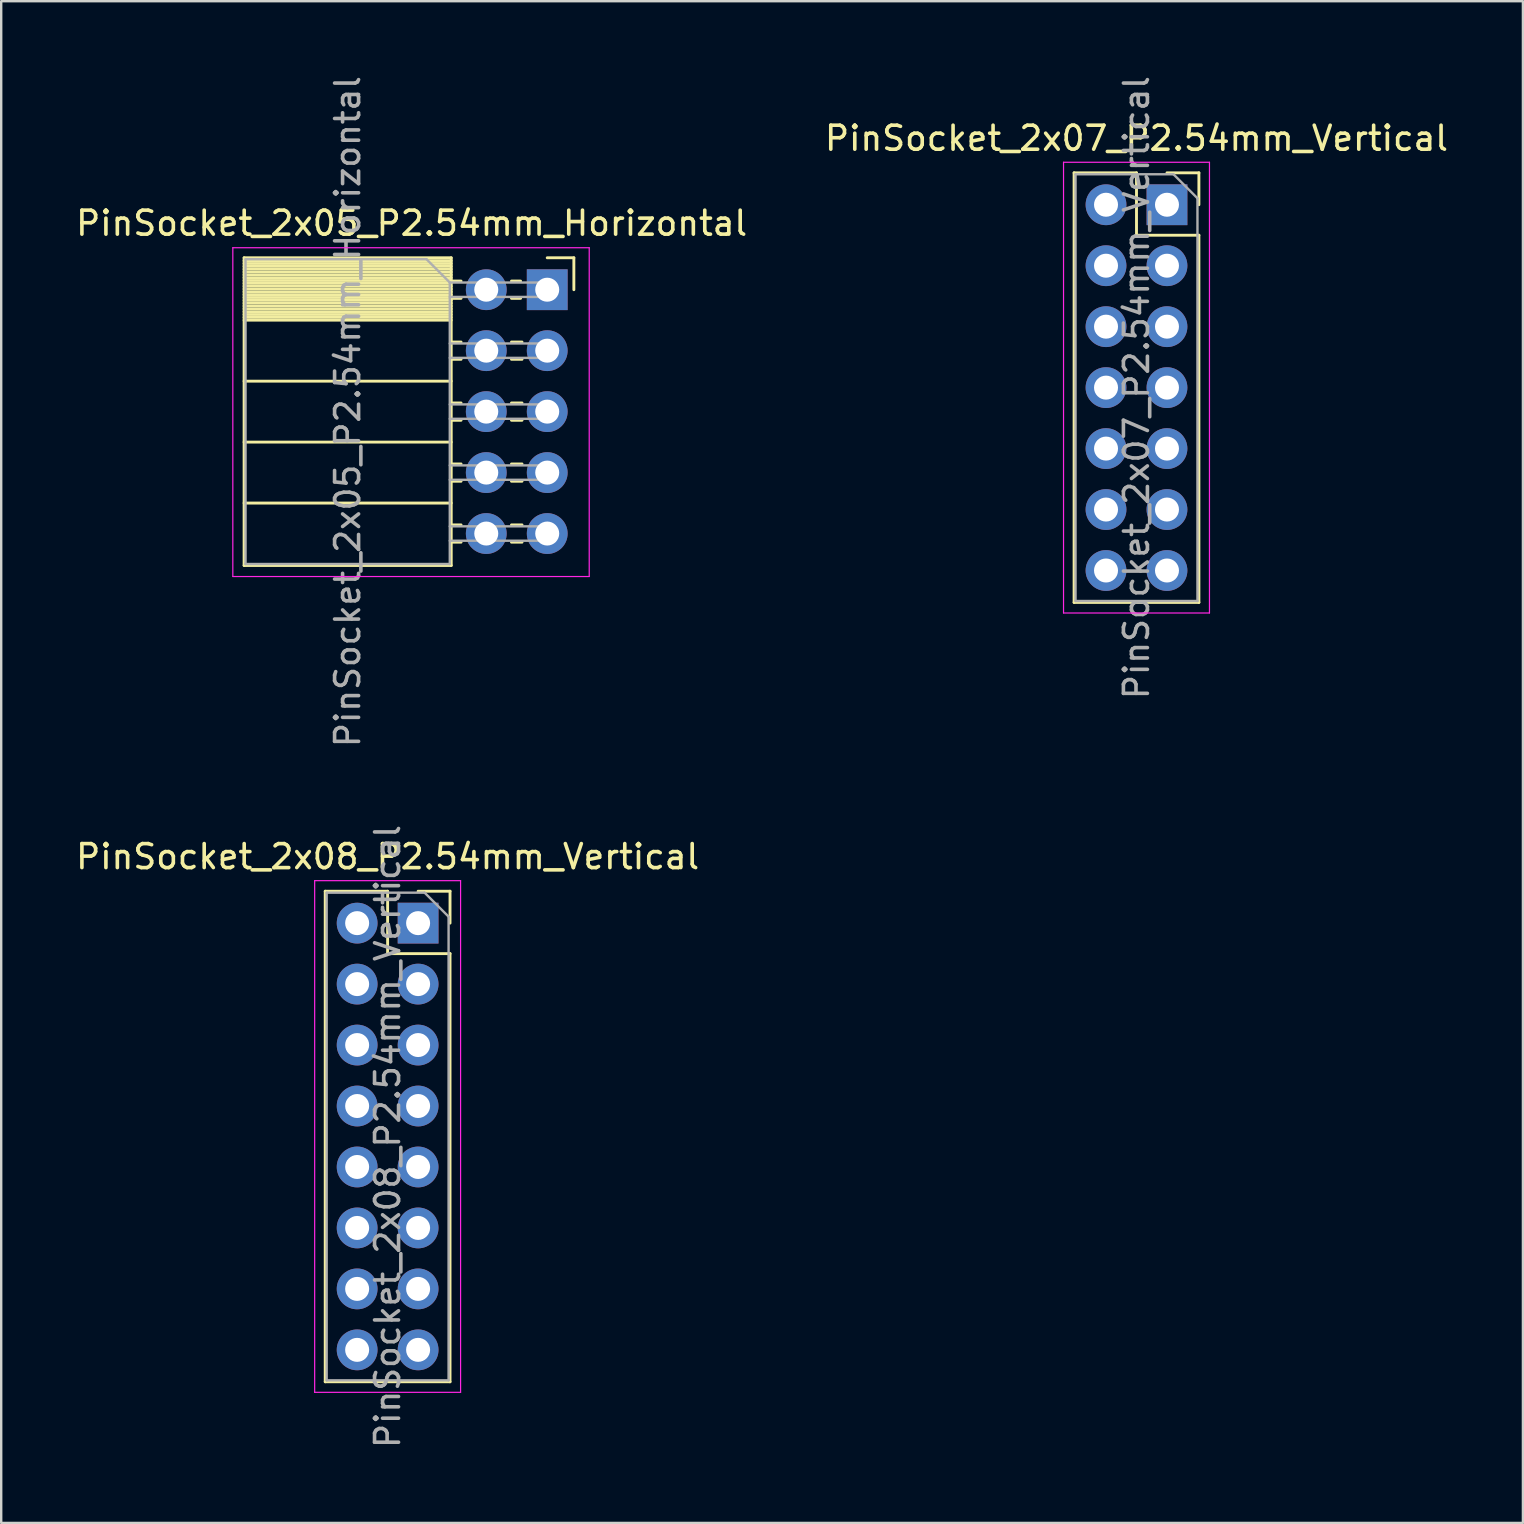
<source format=kicad_pcb>
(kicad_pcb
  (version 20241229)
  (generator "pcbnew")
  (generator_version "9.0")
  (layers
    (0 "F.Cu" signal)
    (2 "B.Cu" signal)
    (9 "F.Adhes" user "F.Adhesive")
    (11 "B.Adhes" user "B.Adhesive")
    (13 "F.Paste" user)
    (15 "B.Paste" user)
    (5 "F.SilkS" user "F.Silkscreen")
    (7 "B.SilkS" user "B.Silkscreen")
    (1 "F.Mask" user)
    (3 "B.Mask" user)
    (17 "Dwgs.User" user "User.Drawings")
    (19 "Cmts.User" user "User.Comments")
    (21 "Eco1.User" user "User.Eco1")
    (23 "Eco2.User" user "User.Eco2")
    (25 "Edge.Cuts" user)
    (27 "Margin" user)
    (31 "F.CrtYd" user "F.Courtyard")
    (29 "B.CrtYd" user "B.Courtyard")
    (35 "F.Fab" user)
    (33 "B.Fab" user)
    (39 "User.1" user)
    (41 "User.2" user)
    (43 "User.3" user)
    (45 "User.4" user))
  (footprint "PinSocket_2x08_P2.54mm_Vertical"
    (layer "F.Cu")
    (at 14.371 35.414)
    (property "Reference" "PinSocket_2x08_P2.54mm_Vertical" (at -1.27 -2.77 0) (layer "F.SilkS") (effects (font (size 1 1) (thickness 0.15))))
    (attr through_hole)
    (fp_line (start -3.87 -1.33) (end -3.87 19.11) (stroke (width 0.12) (type solid)) (layer "F.SilkS"))
    (fp_line (start -3.87 -1.33) (end -1.27 -1.33) (stroke (width 0.12) (type solid)) (layer "F.SilkS"))
    (fp_line (start -3.87 19.11) (end 1.33 19.11) (stroke (width 0.12) (type solid)) (layer "F.SilkS"))
    (fp_line (start -1.27 -1.33) (end -1.27 1.27) (stroke (width 0.12) (type solid)) (layer "F.SilkS"))
    (fp_line (start -1.27 1.27) (end 1.33 1.27) (stroke (width 0.12) (type solid)) (layer "F.SilkS"))
    (fp_line (start 0 -1.33) (end 1.33 -1.33) (stroke (width 0.12) (type solid)) (layer "F.SilkS"))
    (fp_line (start 1.33 -1.33) (end 1.33 0) (stroke (width 0.12) (type solid)) (layer "F.SilkS"))
    (fp_line (start 1.33 1.27) (end 1.33 19.11) (stroke (width 0.12) (type solid)) (layer "F.SilkS"))
    (fp_line (start -4.31 -1.77) (end 1.77 -1.77) (stroke (width 0.05) (type solid)) (layer "F.CrtYd"))
    (fp_line (start -4.31 19.55) (end -4.31 -1.77) (stroke (width 0.05) (type solid)) (layer "F.CrtYd"))
    (fp_line (start 1.77 -1.77) (end 1.77 19.55) (stroke (width 0.05) (type solid)) (layer "F.CrtYd"))
    (fp_line (start 1.77 19.55) (end -4.31 19.55) (stroke (width 0.05) (type solid)) (layer "F.CrtYd"))
    (fp_line (start -3.81 -1.27) (end 0.27 -1.27) (stroke (width 0.1) (type solid)) (layer "F.Fab"))
    (fp_line (start -3.81 19.05) (end -3.81 -1.27) (stroke (width 0.1) (type solid)) (layer "F.Fab"))
    (fp_line (start 0.27 -1.27) (end 1.27 -0.27) (stroke (width 0.1) (type solid)) (layer "F.Fab"))
    (fp_line (start 1.27 -0.27) (end 1.27 19.05) (stroke (width 0.1) (type solid)) (layer "F.Fab"))
    (fp_line (start 1.27 19.05) (end -3.81 19.05) (stroke (width 0.1) (type solid)) (layer "F.Fab"))
    (fp_text user "${REFERENCE}" (at -1.27 8.89 90) (layer "F.Fab") (effects (font (size 1 1) (thickness 0.15))))
    (pad "1" thru_hole rect (at 0 0) (size 1.7 1.7) (drill 1) (layers "*.Cu" "*.Mask"))
    (pad "2" thru_hole circle (at -2.54 0) (size 1.7 1.7) (drill 1) (layers "*.Cu" "*.Mask"))
    (pad "3" thru_hole circle (at 0 2.54) (size 1.7 1.7) (drill 1) (layers "*.Cu" "*.Mask"))
    (pad "4" thru_hole circle (at -2.54 2.54) (size 1.7 1.7) (drill 1) (layers "*.Cu" "*.Mask"))
    (pad "5" thru_hole circle (at 0 5.08) (size 1.7 1.7) (drill 1) (layers "*.Cu" "*.Mask"))
    (pad "6" thru_hole circle (at -2.54 5.08) (size 1.7 1.7) (drill 1) (layers "*.Cu" "*.Mask"))
    (pad "7" thru_hole circle (at 0 7.62) (size 1.7 1.7) (drill 1) (layers "*.Cu" "*.Mask"))
    (pad "8" thru_hole circle (at -2.54 7.62) (size 1.7 1.7) (drill 1) (layers "*.Cu" "*.Mask"))
    (pad "9" thru_hole circle (at 0 10.16) (size 1.7 1.7) (drill 1) (layers "*.Cu" "*.Mask"))
    (pad "10" thru_hole circle (at -2.54 10.16) (size 1.7 1.7) (drill 1) (layers "*.Cu" "*.Mask"))
    (pad "11" thru_hole circle (at 0 12.7) (size 1.7 1.7) (drill 1) (layers "*.Cu" "*.Mask"))
    (pad "12" thru_hole circle (at -2.54 12.7) (size 1.7 1.7) (drill 1) (layers "*.Cu" "*.Mask"))
    (pad "13" thru_hole circle (at 0 15.24) (size 1.7 1.7) (drill 1) (layers "*.Cu" "*.Mask"))
    (pad "14" thru_hole circle (at -2.54 15.24) (size 1.7 1.7) (drill 1) (layers "*.Cu" "*.Mask"))
    (pad "15" thru_hole circle (at 0 17.78) (size 1.7 1.7) (drill 1) (layers "*.Cu" "*.Mask"))
    (pad "16" thru_hole circle (at -2.54 17.78) (size 1.7 1.7) (drill 1) (layers "*.Cu" "*.Mask")))
  (footprint "PinSocket_2x07_P2.54mm_Vertical"
    (layer "F.Cu")
    (at 45.574 5.481)
    (property "Reference" "PinSocket_2x07_P2.54mm_Vertical" (at -1.27 -2.77 0) (layer "F.SilkS") (effects (font (size 1 1) (thickness 0.15))))
    (attr through_hole)
    (fp_line (start -3.87 -1.33) (end -3.87 16.57) (stroke (width 0.12) (type solid)) (layer "F.SilkS"))
    (fp_line (start -3.87 -1.33) (end -1.27 -1.33) (stroke (width 0.12) (type solid)) (layer "F.SilkS"))
    (fp_line (start -3.87 16.57) (end 1.33 16.57) (stroke (width 0.12) (type solid)) (layer "F.SilkS"))
    (fp_line (start -1.27 -1.33) (end -1.27 1.27) (stroke (width 0.12) (type solid)) (layer "F.SilkS"))
    (fp_line (start -1.27 1.27) (end 1.33 1.27) (stroke (width 0.12) (type solid)) (layer "F.SilkS"))
    (fp_line (start 0 -1.33) (end 1.33 -1.33) (stroke (width 0.12) (type solid)) (layer "F.SilkS"))
    (fp_line (start 1.33 -1.33) (end 1.33 0) (stroke (width 0.12) (type solid)) (layer "F.SilkS"))
    (fp_line (start 1.33 1.27) (end 1.33 16.57) (stroke (width 0.12) (type solid)) (layer "F.SilkS"))
    (fp_line (start -4.31 -1.77) (end 1.77 -1.77) (stroke (width 0.05) (type solid)) (layer "F.CrtYd"))
    (fp_line (start -4.31 17.01) (end -4.31 -1.77) (stroke (width 0.05) (type solid)) (layer "F.CrtYd"))
    (fp_line (start 1.77 -1.77) (end 1.77 17.01) (stroke (width 0.05) (type solid)) (layer "F.CrtYd"))
    (fp_line (start 1.77 17.01) (end -4.31 17.01) (stroke (width 0.05) (type solid)) (layer "F.CrtYd"))
    (fp_line (start -3.81 -1.27) (end 0.27 -1.27) (stroke (width 0.1) (type solid)) (layer "F.Fab"))
    (fp_line (start -3.81 16.51) (end -3.81 -1.27) (stroke (width 0.1) (type solid)) (layer "F.Fab"))
    (fp_line (start 0.27 -1.27) (end 1.27 -0.27) (stroke (width 0.1) (type solid)) (layer "F.Fab"))
    (fp_line (start 1.27 -0.27) (end 1.27 16.51) (stroke (width 0.1) (type solid)) (layer "F.Fab"))
    (fp_line (start 1.27 16.51) (end -3.81 16.51) (stroke (width 0.1) (type solid)) (layer "F.Fab"))
    (fp_text user "${REFERENCE}" (at -1.27 7.62 90) (layer "F.Fab") (effects (font (size 1 1) (thickness 0.15))))
    (pad "1" thru_hole rect (at 0 0) (size 1.7 1.7) (drill 1) (layers "*.Cu" "*.Mask"))
    (pad "2" thru_hole circle (at -2.54 0) (size 1.7 1.7) (drill 1) (layers "*.Cu" "*.Mask"))
    (pad "3" thru_hole circle (at 0 2.54) (size 1.7 1.7) (drill 1) (layers "*.Cu" "*.Mask"))
    (pad "4" thru_hole circle (at -2.54 2.54) (size 1.7 1.7) (drill 1) (layers "*.Cu" "*.Mask"))
    (pad "5" thru_hole circle (at 0 5.08) (size 1.7 1.7) (drill 1) (layers "*.Cu" "*.Mask"))
    (pad "6" thru_hole circle (at -2.54 5.08) (size 1.7 1.7) (drill 1) (layers "*.Cu" "*.Mask"))
    (pad "7" thru_hole circle (at 0 7.62) (size 1.7 1.7) (drill 1) (layers "*.Cu" "*.Mask"))
    (pad "8" thru_hole circle (at -2.54 7.62) (size 1.7 1.7) (drill 1) (layers "*.Cu" "*.Mask"))
    (pad "9" thru_hole circle (at 0 10.16) (size 1.7 1.7) (drill 1) (layers "*.Cu" "*.Mask"))
    (pad "10" thru_hole circle (at -2.54 10.16) (size 1.7 1.7) (drill 1) (layers "*.Cu" "*.Mask"))
    (pad "11" thru_hole circle (at 0 12.7) (size 1.7 1.7) (drill 1) (layers "*.Cu" "*.Mask"))
    (pad "12" thru_hole circle (at -2.54 12.7) (size 1.7 1.7) (drill 1) (layers "*.Cu" "*.Mask"))
    (pad "13" thru_hole circle (at 0 15.24) (size 1.7 1.7) (drill 1) (layers "*.Cu" "*.Mask"))
    (pad "14" thru_hole circle (at -2.54 15.24) (size 1.7 1.7) (drill 1) (layers "*.Cu" "*.Mask")))
  (footprint "PinSocket_2x05_P2.54mm_Horizontal"
    (layer "F.Cu")
    (at 19.751 9.021)
    (property "Reference" "PinSocket_2x05_P2.54mm_Horizontal" (at -5.65 -2.77 0) (layer "F.SilkS") (effects (font (size 1 1) (thickness 0.15))))
    (attr through_hole)
    (fp_line (start -12.63 -1.33) (end -12.63 11.49) (stroke (width 0.12) (type solid)) (layer "F.SilkS"))
    (fp_line (start -12.63 -1.33) (end -4 -1.33) (stroke (width 0.12) (type solid)) (layer "F.SilkS"))
    (fp_line (start -12.63 -1.21) (end -4 -1.21) (stroke (width 0.12) (type solid)) (layer "F.SilkS"))
    (fp_line (start -12.63 -1.092) (end -4 -1.092) (stroke (width 0.12) (type solid)) (layer "F.SilkS"))
    (fp_line (start -12.63 -0.974) (end -4 -0.974) (stroke (width 0.12) (type solid)) (layer "F.SilkS"))
    (fp_line (start -12.63 -0.856) (end -4 -0.856) (stroke (width 0.12) (type solid)) (layer "F.SilkS"))
    (fp_line (start -12.63 -0.738) (end -4 -0.738) (stroke (width 0.12) (type solid)) (layer "F.SilkS"))
    (fp_line (start -12.63 -0.62) (end -4 -0.62) (stroke (width 0.12) (type solid)) (layer "F.SilkS"))
    (fp_line (start -12.63 -0.501) (end -4 -0.501) (stroke (width 0.12) (type solid)) (layer "F.SilkS"))
    (fp_line (start -12.63 -0.383) (end -4 -0.383) (stroke (width 0.12) (type solid)) (layer "F.SilkS"))
    (fp_line (start -12.63 -0.265) (end -4 -0.265) (stroke (width 0.12) (type solid)) (layer "F.SilkS"))
    (fp_line (start -12.63 -0.147) (end -4 -0.147) (stroke (width 0.12) (type solid)) (layer "F.SilkS"))
    (fp_line (start -12.63 -0.029) (end -4 -0.029) (stroke (width 0.12) (type solid)) (layer "F.SilkS"))
    (fp_line (start -12.63 0.089) (end -4 0.089) (stroke (width 0.12) (type solid)) (layer "F.SilkS"))
    (fp_line (start -12.63 0.207) (end -4 0.207) (stroke (width 0.12) (type solid)) (layer "F.SilkS"))
    (fp_line (start -12.63 0.325) (end -4 0.325) (stroke (width 0.12) (type solid)) (layer "F.SilkS"))
    (fp_line (start -12.63 0.443) (end -4 0.443) (stroke (width 0.12) (type solid)) (layer "F.SilkS"))
    (fp_line (start -12.63 0.561) (end -4 0.561) (stroke (width 0.12) (type solid)) (layer "F.SilkS"))
    (fp_line (start -12.63 0.68) (end -4 0.68) (stroke (width 0.12) (type solid)) (layer "F.SilkS"))
    (fp_line (start -12.63 0.798) (end -4 0.798) (stroke (width 0.12) (type solid)) (layer "F.SilkS"))
    (fp_line (start -12.63 0.916) (end -4 0.916) (stroke (width 0.12) (type solid)) (layer "F.SilkS"))
    (fp_line (start -12.63 1.034) (end -4 1.034) (stroke (width 0.12) (type solid)) (layer "F.SilkS"))
    (fp_line (start -12.63 1.152) (end -4 1.152) (stroke (width 0.12) (type solid)) (layer "F.SilkS"))
    (fp_line (start -12.63 1.27) (end -4 1.27) (stroke (width 0.12) (type solid)) (layer "F.SilkS"))
    (fp_line (start -12.63 3.81) (end -4 3.81) (stroke (width 0.12) (type solid)) (layer "F.SilkS"))
    (fp_line (start -12.63 6.35) (end -4 6.35) (stroke (width 0.12) (type solid)) (layer "F.SilkS"))
    (fp_line (start -12.63 8.89) (end -4 8.89) (stroke (width 0.12) (type solid)) (layer "F.SilkS"))
    (fp_line (start -12.63 11.49) (end -4 11.49) (stroke (width 0.12) (type solid)) (layer "F.SilkS"))
    (fp_line (start -4 -1.33) (end -4 11.49) (stroke (width 0.12) (type solid)) (layer "F.SilkS"))
    (fp_line (start -4 -0.36) (end -3.59 -0.36) (stroke (width 0.12) (type solid)) (layer "F.SilkS"))
    (fp_line (start -4 0.36) (end -3.59 0.36) (stroke (width 0.12) (type solid)) (layer "F.SilkS"))
    (fp_line (start -4 2.18) (end -3.59 2.18) (stroke (width 0.12) (type solid)) (layer "F.SilkS"))
    (fp_line (start -4 2.9) (end -3.59 2.9) (stroke (width 0.12) (type solid)) (layer "F.SilkS"))
    (fp_line (start -4 4.72) (end -3.59 4.72) (stroke (width 0.12) (type solid)) (layer "F.SilkS"))
    (fp_line (start -4 5.44) (end -3.59 5.44) (stroke (width 0.12) (type solid)) (layer "F.SilkS"))
    (fp_line (start -4 7.26) (end -3.59 7.26) (stroke (width 0.12) (type solid)) (layer "F.SilkS"))
    (fp_line (start -4 7.98) (end -3.59 7.98) (stroke (width 0.12) (type solid)) (layer "F.SilkS"))
    (fp_line (start -4 9.8) (end -3.59 9.8) (stroke (width 0.12) (type solid)) (layer "F.SilkS"))
    (fp_line (start -4 10.52) (end -3.59 10.52) (stroke (width 0.12) (type solid)) (layer "F.SilkS"))
    (fp_line (start -1.49 -0.36) (end -1.11 -0.36) (stroke (width 0.12) (type solid)) (layer "F.SilkS"))
    (fp_line (start -1.49 0.36) (end -1.11 0.36) (stroke (width 0.12) (type solid)) (layer "F.SilkS"))
    (fp_line (start -1.49 2.18) (end -1.05 2.18) (stroke (width 0.12) (type solid)) (layer "F.SilkS"))
    (fp_line (start -1.49 2.9) (end -1.05 2.9) (stroke (width 0.12) (type solid)) (layer "F.SilkS"))
    (fp_line (start -1.49 4.72) (end -1.05 4.72) (stroke (width 0.12) (type solid)) (layer "F.SilkS"))
    (fp_line (start -1.49 5.44) (end -1.05 5.44) (stroke (width 0.12) (type solid)) (layer "F.SilkS"))
    (fp_line (start -1.49 7.26) (end -1.05 7.26) (stroke (width 0.12) (type solid)) (layer "F.SilkS"))
    (fp_line (start -1.49 7.98) (end -1.05 7.98) (stroke (width 0.12) (type solid)) (layer "F.SilkS"))
    (fp_line (start -1.49 9.8) (end -1.05 9.8) (stroke (width 0.12) (type solid)) (layer "F.SilkS"))
    (fp_line (start -1.49 10.52) (end -1.05 10.52) (stroke (width 0.12) (type solid)) (layer "F.SilkS"))
    (fp_line (start 0 -1.33) (end 1.11 -1.33) (stroke (width 0.12) (type solid)) (layer "F.SilkS"))
    (fp_line (start 1.11 -1.33) (end 1.11 0) (stroke (width 0.12) (type solid)) (layer "F.SilkS"))
    (fp_line (start -13.1 -1.75) (end -13.1 11.95) (stroke (width 0.05) (type solid)) (layer "F.CrtYd"))
    (fp_line (start -13.1 11.95) (end 1.75 11.95) (stroke (width 0.05) (type solid)) (layer "F.CrtYd"))
    (fp_line (start 1.75 -1.75) (end -13.1 -1.75) (stroke (width 0.05) (type solid)) (layer "F.CrtYd"))
    (fp_line (start 1.75 11.95) (end 1.75 -1.75) (stroke (width 0.05) (type solid)) (layer "F.CrtYd"))
    (fp_line (start -12.57 -1.27) (end -5.03 -1.27) (stroke (width 0.1) (type solid)) (layer "F.Fab"))
    (fp_line (start -12.57 11.43) (end -12.57 -1.27) (stroke (width 0.1) (type solid)) (layer "F.Fab"))
    (fp_line (start -5.03 -1.27) (end -4.06 -0.3) (stroke (width 0.1) (type solid)) (layer "F.Fab"))
    (fp_line (start -4.06 -0.3) (end -4.06 11.43) (stroke (width 0.1) (type solid)) (layer "F.Fab"))
    (fp_line (start -4.06 0.3) (end 0 0.3) (stroke (width 0.1) (type solid)) (layer "F.Fab"))
    (fp_line (start -4.06 2.84) (end 0 2.84) (stroke (width 0.1) (type solid)) (layer "F.Fab"))
    (fp_line (start -4.06 5.38) (end 0 5.38) (stroke (width 0.1) (type solid)) (layer "F.Fab"))
    (fp_line (start -4.06 7.92) (end 0 7.92) (stroke (width 0.1) (type solid)) (layer "F.Fab"))
    (fp_line (start -4.06 10.46) (end 0 10.46) (stroke (width 0.1) (type solid)) (layer "F.Fab"))
    (fp_line (start -4.06 11.43) (end -12.57 11.43) (stroke (width 0.1) (type solid)) (layer "F.Fab"))
    (fp_line (start 0 -0.3) (end -4.06 -0.3) (stroke (width 0.1) (type solid)) (layer "F.Fab"))
    (fp_line (start 0 0.3) (end 0 -0.3) (stroke (width 0.1) (type solid)) (layer "F.Fab"))
    (fp_line (start 0 2.24) (end -4.06 2.24) (stroke (width 0.1) (type solid)) (layer "F.Fab"))
    (fp_line (start 0 2.84) (end 0 2.24) (stroke (width 0.1) (type solid)) (layer "F.Fab"))
    (fp_line (start 0 4.78) (end -4.06 4.78) (stroke (width 0.1) (type solid)) (layer "F.Fab"))
    (fp_line (start 0 5.38) (end 0 4.78) (stroke (width 0.1) (type solid)) (layer "F.Fab"))
    (fp_line (start 0 7.32) (end -4.06 7.32) (stroke (width 0.1) (type solid)) (layer "F.Fab"))
    (fp_line (start 0 7.92) (end 0 7.32) (stroke (width 0.1) (type solid)) (layer "F.Fab"))
    (fp_line (start 0 9.86) (end -4.06 9.86) (stroke (width 0.1) (type solid)) (layer "F.Fab"))
    (fp_line (start 0 10.46) (end 0 9.86) (stroke (width 0.1) (type solid)) (layer "F.Fab"))
    (fp_text user "${REFERENCE}" (at -8.315 5.08 90) (layer "F.Fab") (effects (font (size 1 1) (thickness 0.15))))
    (pad "1" thru_hole rect (at 0 0) (size 1.7 1.7) (drill 1) (layers "*.Cu" "*.Mask"))
    (pad "2" thru_hole circle (at -2.54 0) (size 1.7 1.7) (drill 1) (layers "*.Cu" "*.Mask"))
    (pad "3" thru_hole circle (at 0 2.54) (size 1.7 1.7) (drill 1) (layers "*.Cu" "*.Mask"))
    (pad "4" thru_hole circle (at -2.54 2.54) (size 1.7 1.7) (drill 1) (layers "*.Cu" "*.Mask"))
    (pad "5" thru_hole circle (at 0 5.08) (size 1.7 1.7) (drill 1) (layers "*.Cu" "*.Mask"))
    (pad "6" thru_hole circle (at -2.54 5.08) (size 1.7 1.7) (drill 1) (layers "*.Cu" "*.Mask"))
    (pad "7" thru_hole circle (at 0 7.62) (size 1.7 1.7) (drill 1) (layers "*.Cu" "*.Mask"))
    (pad "8" thru_hole circle (at -2.54 7.62) (size 1.7 1.7) (drill 1) (layers "*.Cu" "*.Mask"))
    (pad "9" thru_hole circle (at 0 10.16) (size 1.7 1.7) (drill 1) (layers "*.Cu" "*.Mask"))
    (pad "10" thru_hole circle (at -2.54 10.16) (size 1.7 1.7) (drill 1) (layers "*.Cu" "*.Mask")))
  (gr_rect
    (start -3 -3)
    (end 60.405 60.405)
    (stroke (width 0.1) (type default))
    (fill no)
    (layer "Edge.Cuts")))
</source>
